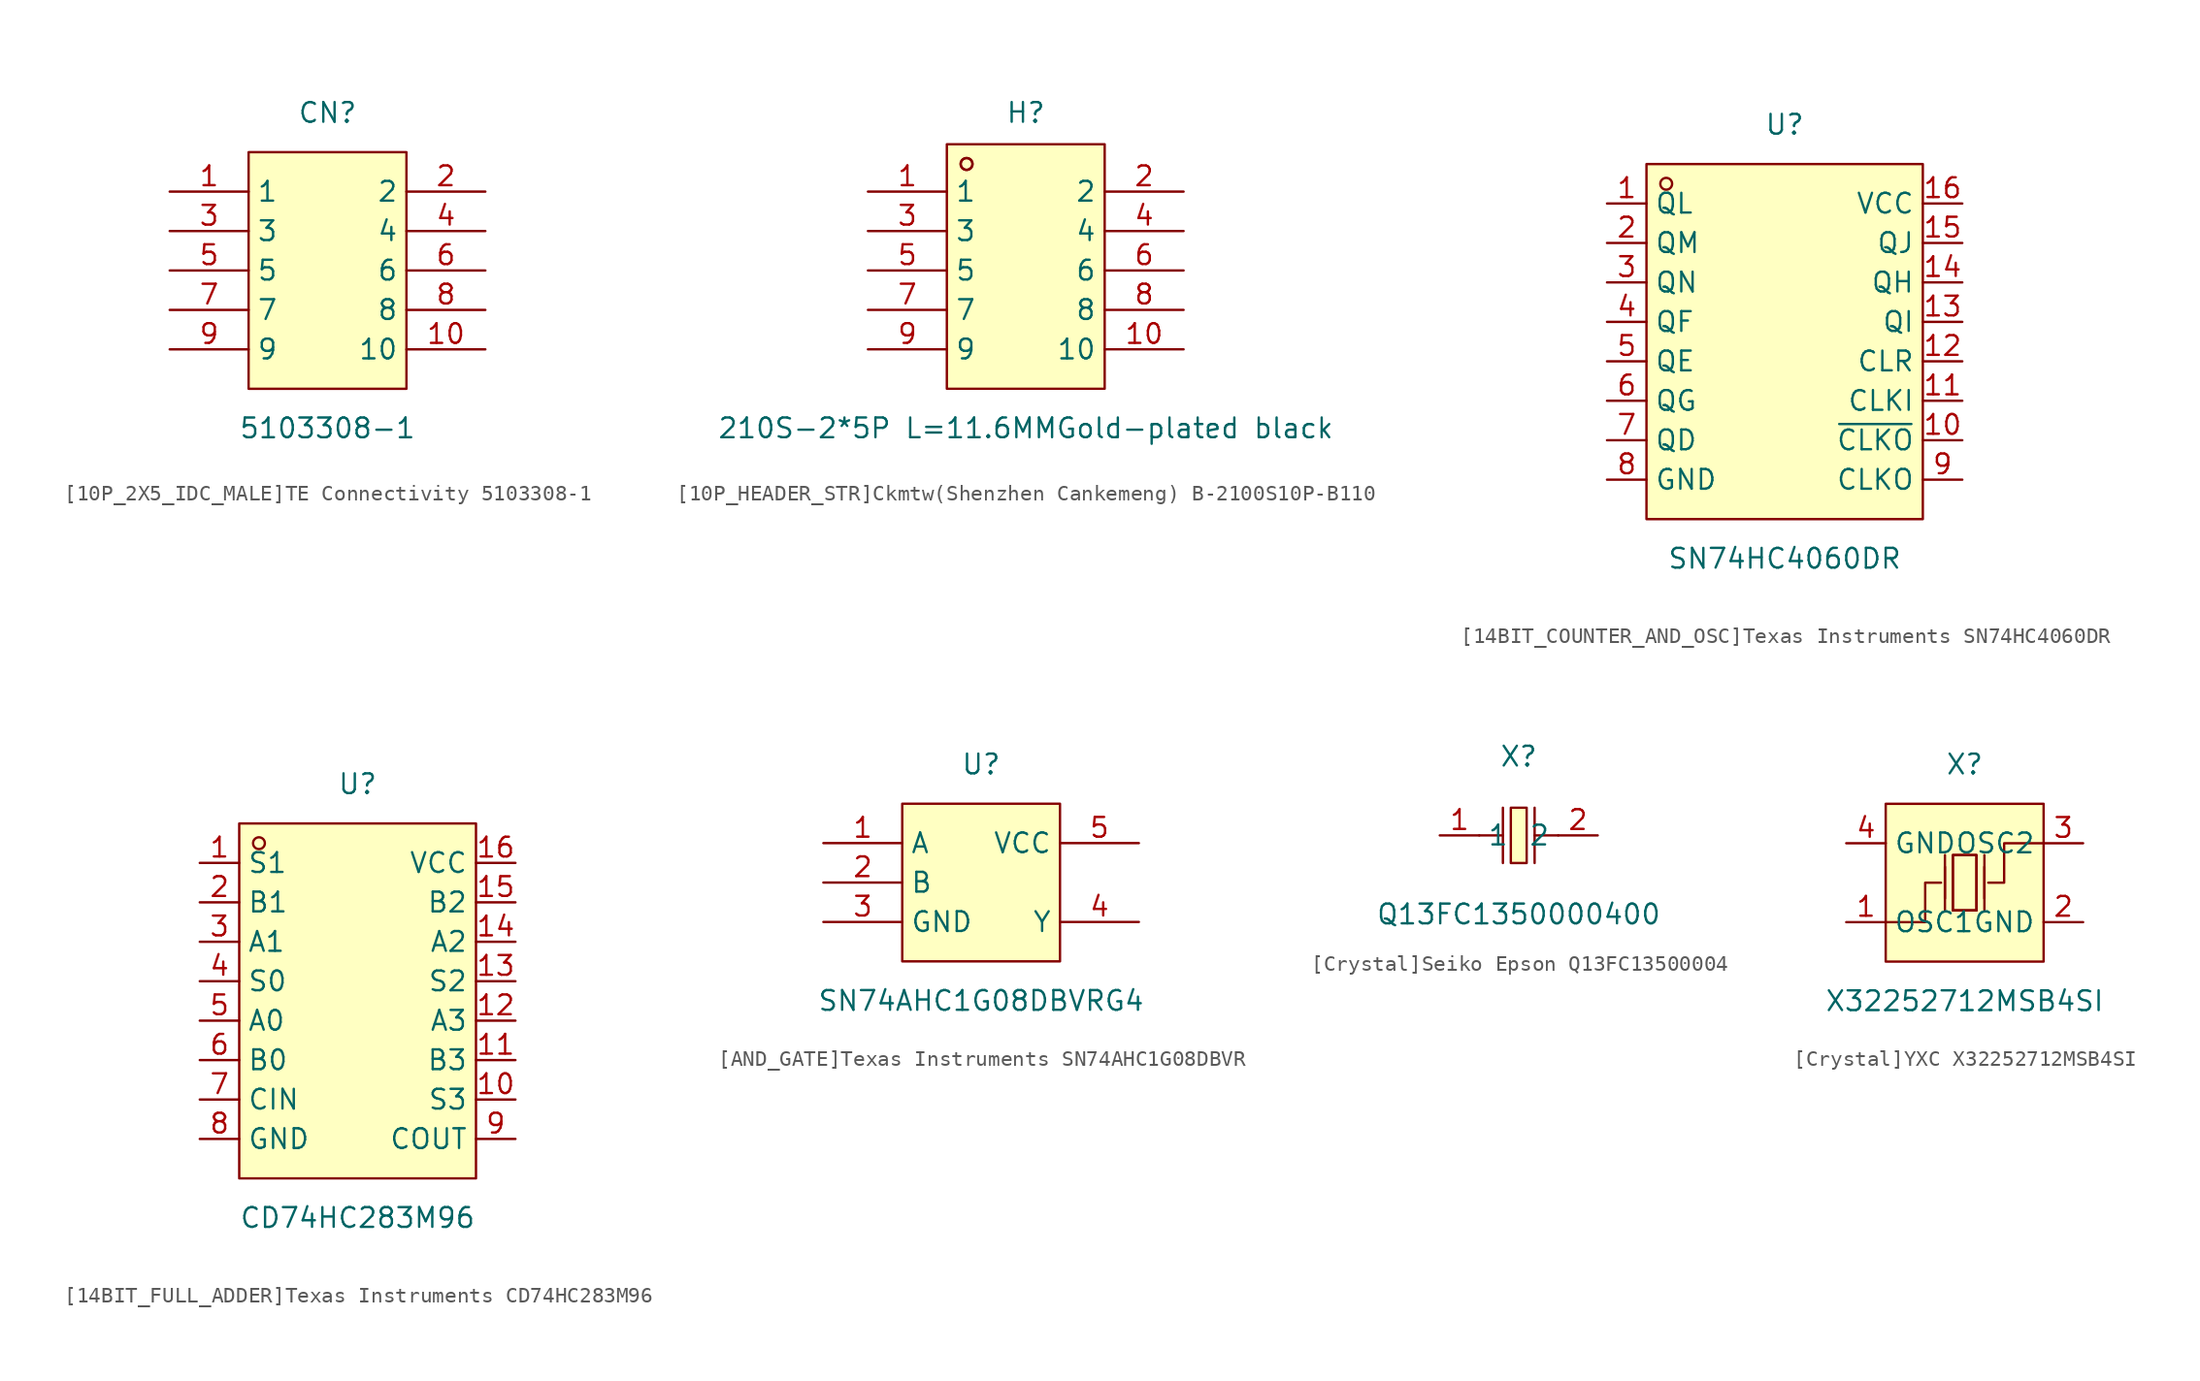
<source format=kicad_sym>
(kicad_symbol_lib
  (version 20220914)
  (generator kicad_symbol_editor)
  (symbol "[10P_2X5_IDC_MALE]TE Connectivity 5103308-1"
    (property "Reference" "CN"
      (at 0 10.16 0)
      (effects (font (size 1.27 1.27))))
    (property "Value" "5103308-1"
      (at 0 -10.16 0)
      (effects (font (size 1.27 1.27))))
    (symbol "[10P_2X5_IDC_MALE]TE Connectivity 5103308-1_0_1"
      (rectangle (start -5.08 7.62) (end 5.08 -7.62) (stroke (width 0) (type default)) (fill (type background)))
      (pin unspecified line (at -10.16 5.08 0) (length 5.08) (name "1" (effects (font (size 1.27 1.27)))) (number "1" (effects (font (size 1.27 1.27)))))
      (pin unspecified line (at 10.16 -5.08 180) (length 5.08) (name "10" (effects (font (size 1.27 1.27)))) (number "10" (effects (font (size 1.27 1.27)))))
      (pin unspecified line (at 10.16 5.08 180) (length 5.08) (name "2" (effects (font (size 1.27 1.27)))) (number "2" (effects (font (size 1.27 1.27)))))
      (pin unspecified line (at -10.16 2.54 0) (length 5.08) (name "3" (effects (font (size 1.27 1.27)))) (number "3" (effects (font (size 1.27 1.27)))))
      (pin unspecified line (at 10.16 2.54 180) (length 5.08) (name "4" (effects (font (size 1.27 1.27)))) (number "4" (effects (font (size 1.27 1.27)))))
      (pin unspecified line (at -10.16 0 0) (length 5.08) (name "5" (effects (font (size 1.27 1.27)))) (number "5" (effects (font (size 1.27 1.27)))))
      (pin unspecified line (at 10.16 0 180) (length 5.08) (name "6" (effects (font (size 1.27 1.27)))) (number "6" (effects (font (size 1.27 1.27)))))
      (pin unspecified line (at -10.16 -2.54 0) (length 5.08) (name "7" (effects (font (size 1.27 1.27)))) (number "7" (effects (font (size 1.27 1.27)))))
      (pin unspecified line (at 10.16 -2.54 180) (length 5.08) (name "8" (effects (font (size 1.27 1.27)))) (number "8" (effects (font (size 1.27 1.27)))))
      (pin unspecified line (at -10.16 -5.08 0) (length 5.08) (name "9" (effects (font (size 1.27 1.27)))) (number "9" (effects (font (size 1.27 1.27)))))))
  (symbol "[10P_HEADER_STR]Ckmtw(Shenzhen Cankemeng) B-2100S10P-B110"
    (property "Reference" "H"
      (at 0 10.16 0)
      (effects (font (size 1.27 1.27))))
    (property "Value" "210S-2*5P L=11.6MMGold-plated black"
      (at 0 -10.16 0)
      (effects (font (size 1.27 1.27))))
    (symbol "[10P_HEADER_STR]Ckmtw(Shenzhen Cankemeng) B-2100S10P-B110_0_1"
      (rectangle (start -5.08 8.13) (end 5.08 -7.62) (stroke (width 0) (type default)) (fill (type background)))
      (circle (center -3.81 6.86) (radius 0.38) (stroke (width 0) (type default)) (fill (type none)))
      (circle (center -3.81 6.86) (radius 0.38) (stroke (width 0) (type default)) (fill (type none)))
      (pin unspecified line (at -10.16 5.08 0) (length 5.08) (name "1" (effects (font (size 1.27 1.27)))) (number "1" (effects (font (size 1.27 1.27)))))
      (pin unspecified line (at 10.16 -5.08 180) (length 5.08) (name "10" (effects (font (size 1.27 1.27)))) (number "10" (effects (font (size 1.27 1.27)))))
      (pin unspecified line (at 10.16 5.08 180) (length 5.08) (name "2" (effects (font (size 1.27 1.27)))) (number "2" (effects (font (size 1.27 1.27)))))
      (pin unspecified line (at -10.16 2.54 0) (length 5.08) (name "3" (effects (font (size 1.27 1.27)))) (number "3" (effects (font (size 1.27 1.27)))))
      (pin unspecified line (at 10.16 2.54 180) (length 5.08) (name "4" (effects (font (size 1.27 1.27)))) (number "4" (effects (font (size 1.27 1.27)))))
      (pin unspecified line (at -10.16 0 0) (length 5.08) (name "5" (effects (font (size 1.27 1.27)))) (number "5" (effects (font (size 1.27 1.27)))))
      (pin unspecified line (at 10.16 0 180) (length 5.08) (name "6" (effects (font (size 1.27 1.27)))) (number "6" (effects (font (size 1.27 1.27)))))
      (pin unspecified line (at -10.16 -2.54 0) (length 5.08) (name "7" (effects (font (size 1.27 1.27)))) (number "7" (effects (font (size 1.27 1.27)))))
      (pin unspecified line (at 10.16 -2.54 180) (length 5.08) (name "8" (effects (font (size 1.27 1.27)))) (number "8" (effects (font (size 1.27 1.27)))))
      (pin unspecified line (at -10.16 -5.08 0) (length 5.08) (name "9" (effects (font (size 1.27 1.27)))) (number "9" (effects (font (size 1.27 1.27)))))))
  (symbol "[14BIT_COUNTER_AND_OSC]Texas Instruments SN74HC4060DR"
    (property "Reference" "U"
      (at 0 13.97 0)
      (effects (font (size 1.27 1.27))))
    (property "Value" "SN74HC4060DR"
      (at 0 -13.97 0)
      (effects (font (size 1.27 1.27))))
    (symbol "[14BIT_COUNTER_AND_OSC]Texas Instruments SN74HC4060DR_0_1"
      (rectangle (start -8.89 11.43) (end 8.89 -11.43) (stroke (width 0) (type default)) (fill (type background)))
      (circle (center -7.62 10.16) (radius 0.38) (stroke (width 0) (type default)) (fill (type none)))
      (pin unspecified line (at -11.43 8.89 0) (length 2.54) (name "QL" (effects (font (size 1.27 1.27)))) (number "1" (effects (font (size 1.27 1.27)))))
      (pin unspecified line (at 11.43 -6.35 180) (length 2.54) (name "~{CLKO}" (effects (font (size 1.27 1.27)))) (number "10" (effects (font (size 1.27 1.27)))))
      (pin unspecified line (at 11.43 -3.81 180) (length 2.54) (name "CLKI" (effects (font (size 1.27 1.27)))) (number "11" (effects (font (size 1.27 1.27)))))
      (pin unspecified line (at 11.43 -1.27 180) (length 2.54) (name "CLR" (effects (font (size 1.27 1.27)))) (number "12" (effects (font (size 1.27 1.27)))))
      (pin unspecified line (at 11.43 1.27 180) (length 2.54) (name "QI" (effects (font (size 1.27 1.27)))) (number "13" (effects (font (size 1.27 1.27)))))
      (pin unspecified line (at 11.43 3.81 180) (length 2.54) (name "QH" (effects (font (size 1.27 1.27)))) (number "14" (effects (font (size 1.27 1.27)))))
      (pin unspecified line (at 11.43 6.35 180) (length 2.54) (name "QJ" (effects (font (size 1.27 1.27)))) (number "15" (effects (font (size 1.27 1.27)))))
      (pin unspecified line (at 11.43 8.89 180) (length 2.54) (name "VCC" (effects (font (size 1.27 1.27)))) (number "16" (effects (font (size 1.27 1.27)))))
      (pin unspecified line (at -11.43 6.35 0) (length 2.54) (name "QM" (effects (font (size 1.27 1.27)))) (number "2" (effects (font (size 1.27 1.27)))))
      (pin unspecified line (at -11.43 3.81 0) (length 2.54) (name "QN" (effects (font (size 1.27 1.27)))) (number "3" (effects (font (size 1.27 1.27)))))
      (pin unspecified line (at -11.43 1.27 0) (length 2.54) (name "QF" (effects (font (size 1.27 1.27)))) (number "4" (effects (font (size 1.27 1.27)))))
      (pin unspecified line (at -11.43 -1.27 0) (length 2.54) (name "QE" (effects (font (size 1.27 1.27)))) (number "5" (effects (font (size 1.27 1.27)))))
      (pin unspecified line (at -11.43 -3.81 0) (length 2.54) (name "QG" (effects (font (size 1.27 1.27)))) (number "6" (effects (font (size 1.27 1.27)))))
      (pin unspecified line (at -11.43 -6.35 0) (length 2.54) (name "QD" (effects (font (size 1.27 1.27)))) (number "7" (effects (font (size 1.27 1.27)))))
      (pin unspecified line (at -11.43 -8.89 0) (length 2.54) (name "GND" (effects (font (size 1.27 1.27)))) (number "8" (effects (font (size 1.27 1.27)))))
      (pin unspecified line (at 11.43 -8.89 180) (length 2.54) (name "CLKO" (effects (font (size 1.27 1.27)))) (number "9" (effects (font (size 1.27 1.27)))))))
  (symbol "[14BIT_FULL_ADDER]Texas Instruments CD74HC283M96"
    (property "Reference" "U"
      (at 0 13.97 0)
      (effects (font (size 1.27 1.27))))
    (property "Value" "CD74HC283M96"
      (at 0 -13.97 0)
      (effects (font (size 1.27 1.27))))
    (symbol "[14BIT_FULL_ADDER]Texas Instruments CD74HC283M96_0_1"
      (rectangle (start -7.62 11.43) (end 7.62 -11.43) (stroke (width 0) (type default)) (fill (type background)))
      (circle (center -6.35 10.16) (radius 0.38) (stroke (width 0) (type default)) (fill (type none)))
      (pin unspecified line (at -10.16 8.89 0) (length 2.54) (name "S1" (effects (font (size 1.27 1.27)))) (number "1" (effects (font (size 1.27 1.27)))))
      (pin unspecified line (at 10.16 -6.35 180) (length 2.54) (name "S3" (effects (font (size 1.27 1.27)))) (number "10" (effects (font (size 1.27 1.27)))))
      (pin unspecified line (at 10.16 -3.81 180) (length 2.54) (name "B3" (effects (font (size 1.27 1.27)))) (number "11" (effects (font (size 1.27 1.27)))))
      (pin unspecified line (at 10.16 -1.27 180) (length 2.54) (name "A3" (effects (font (size 1.27 1.27)))) (number "12" (effects (font (size 1.27 1.27)))))
      (pin unspecified line (at 10.16 1.27 180) (length 2.54) (name "S2" (effects (font (size 1.27 1.27)))) (number "13" (effects (font (size 1.27 1.27)))))
      (pin unspecified line (at 10.16 3.81 180) (length 2.54) (name "A2" (effects (font (size 1.27 1.27)))) (number "14" (effects (font (size 1.27 1.27)))))
      (pin unspecified line (at 10.16 6.35 180) (length 2.54) (name "B2" (effects (font (size 1.27 1.27)))) (number "15" (effects (font (size 1.27 1.27)))))
      (pin unspecified line (at 10.16 8.89 180) (length 2.54) (name "VCC" (effects (font (size 1.27 1.27)))) (number "16" (effects (font (size 1.27 1.27)))))
      (pin unspecified line (at -10.16 6.35 0) (length 2.54) (name "B1" (effects (font (size 1.27 1.27)))) (number "2" (effects (font (size 1.27 1.27)))))
      (pin unspecified line (at -10.16 3.81 0) (length 2.54) (name "A1" (effects (font (size 1.27 1.27)))) (number "3" (effects (font (size 1.27 1.27)))))
      (pin unspecified line (at -10.16 1.27 0) (length 2.54) (name "S0" (effects (font (size 1.27 1.27)))) (number "4" (effects (font (size 1.27 1.27)))))
      (pin unspecified line (at -10.16 -1.27 0) (length 2.54) (name "A0" (effects (font (size 1.27 1.27)))) (number "5" (effects (font (size 1.27 1.27)))))
      (pin unspecified line (at -10.16 -3.81 0) (length 2.54) (name "B0" (effects (font (size 1.27 1.27)))) (number "6" (effects (font (size 1.27 1.27)))))
      (pin unspecified line (at -10.16 -6.35 0) (length 2.54) (name "CIN" (effects (font (size 1.27 1.27)))) (number "7" (effects (font (size 1.27 1.27)))))
      (pin unspecified line (at -10.16 -8.89 0) (length 2.54) (name "GND" (effects (font (size 1.27 1.27)))) (number "8" (effects (font (size 1.27 1.27)))))
      (pin unspecified line (at 10.16 -8.89 180) (length 2.54) (name "COUT" (effects (font (size 1.27 1.27)))) (number "9" (effects (font (size 1.27 1.27)))))))
  (symbol "[AND_GATE]Texas Instruments SN74AHC1G08DBVR"
    (property "Reference" "U"
      (at 0 7.62 0)
      (effects (font (size 1.27 1.27))))
    (property "Value" "SN74AHC1G08DBVRG4"
      (at 0 -7.62 0)
      (effects (font (size 1.27 1.27))))
    (symbol "[AND_GATE]Texas Instruments SN74AHC1G08DBVR_0_1"
      (rectangle (start -5.08 5.08) (end 5.08 -5.08) (stroke (width 0) (type default)) (fill (type background)))
      (pin unspecified line (at -10.16 2.54 0) (length 5.08) (name "A" (effects (font (size 1.27 1.27)))) (number "1" (effects (font (size 1.27 1.27)))))
      (pin unspecified line (at -10.16 0 0) (length 5.08) (name "B" (effects (font (size 1.27 1.27)))) (number "2" (effects (font (size 1.27 1.27)))))
      (pin unspecified line (at -10.16 -2.54 0) (length 5.08) (name "GND" (effects (font (size 1.27 1.27)))) (number "3" (effects (font (size 1.27 1.27)))))
      (pin unspecified line (at 10.16 -2.54 180) (length 5.08) (name "Y" (effects (font (size 1.27 1.27)))) (number "4" (effects (font (size 1.27 1.27)))))
      (pin unspecified line (at 10.16 2.54 180) (length 5.08) (name "VCC" (effects (font (size 1.27 1.27)))) (number "5" (effects (font (size 1.27 1.27)))))))
  (symbol "[Crystal]Seiko Epson Q13FC13500004"
    (property "Reference" "X"
      (at 0 5.08 0)
      (effects (font (size 1.27 1.27))))
    (property "Value" "Q13FC1350000400"
      (at 0 -5.08 0)
      (effects (font (size 1.27 1.27))))
    (symbol "[Crystal]Seiko Epson Q13FC13500004_0_1"
      (rectangle (start -0.51 1.78) (end 0.51 -1.78) (stroke (width 0) (type default)) (fill (type background)))
      (polyline (pts (xy -2.54 0) (xy -1.02 0)) (stroke (width 0) (type default)) (fill (type none)))
      (polyline (pts (xy -1.02 1.78) (xy -1.02 -1.78)) (stroke (width 0) (type default)) (fill (type none)))
      (polyline (pts (xy 1.02 0) (xy 2.54 0)) (stroke (width 0) (type default)) (fill (type none)))
      (polyline (pts (xy 1.02 1.78) (xy 1.02 -1.78)) (stroke (width 0) (type default)) (fill (type none)))
      (pin unspecified line (at -5.08 0 0) (length 2.54) (name "1" (effects (font (size 1.27 1.27)))) (number "1" (effects (font (size 1.27 1.27)))))
      (pin unspecified line (at 5.08 0 180) (length 2.54) (name "2" (effects (font (size 1.27 1.27)))) (number "2" (effects (font (size 1.27 1.27)))))))
  (symbol "[Crystal]YXC X32252712MSB4SI"
    (property "Reference" "X"
      (at 0 7.62 0)
      (effects (font (size 1.27 1.27))))
    (property "Value" "X32252712MSB4SI"
      (at 0 -7.62 0)
      (effects (font (size 1.27 1.27))))
    (symbol "[Crystal]YXC X32252712MSB4SI_0_1"
      (rectangle (start -5.08 5.08) (end 5.08 -5.08) (stroke (width 0) (type default)) (fill (type background)))
      (polyline (pts (xy -1.27 -1.78) (xy -1.27 1.78)) (stroke (width 0) (type default)) (fill (type none)))
      (polyline (pts (xy -1.27 -1.02) (xy -1.27 1.02)) (stroke (width 0) (type default)) (fill (type none)))
      (polyline (pts (xy 0.76 -1.78) (xy -0.76 -1.78)) (stroke (width 0) (type default)) (fill (type none)))
      (polyline (pts (xy 1.27 -1.78) (xy 1.27 1.78)) (stroke (width 0) (type default)) (fill (type none)))
      (polyline (pts (xy 1.27 -1.02) (xy 1.27 1.02)) (stroke (width 0) (type default)) (fill (type none)))
      (polyline (pts (xy -5.08 -2.54) (xy -2.54 -2.54) (xy -2.54 0) (xy -1.52 0)) (stroke (width 0) (type default)) (fill (type none)))
      (polyline (pts (xy -0.76 -1.78) (xy -0.76 1.78) (xy 0.76 1.78) (xy 0.76 -1.78)) (stroke (width 0) (type default)) (fill (type none)))
      (polyline (pts (xy 5.08 2.54) (xy 2.54 2.54) (xy 2.54 0) (xy 1.52 0)) (stroke (width 0) (type default)) (fill (type none)))
      (polyline (pts (xy 0.76 1.78) (xy 0.76 -1.78) (xy -0.76 -1.78) (xy -0.76 1.78) (xy 0.76 1.78)) (stroke (width 0) (type default)) (fill (type background)))
      (pin unspecified line (at -7.62 -2.54 0) (length 2.54) (name "OSC1" (effects (font (size 1.27 1.27)))) (number "1" (effects (font (size 1.27 1.27)))))
      (pin unspecified line (at 7.62 -2.54 180) (length 2.54) (name "GND" (effects (font (size 1.27 1.27)))) (number "2" (effects (font (size 1.27 1.27)))))
      (pin unspecified line (at 7.62 2.54 180) (length 2.54) (name "OSC2" (effects (font (size 1.27 1.27)))) (number "3" (effects (font (size 1.27 1.27)))))
      (pin unspecified line (at -7.62 2.54 0) (length 2.54) (name "GND" (effects (font (size 1.27 1.27)))) (number "4" (effects (font (size 1.27 1.27))))))))
</source>
